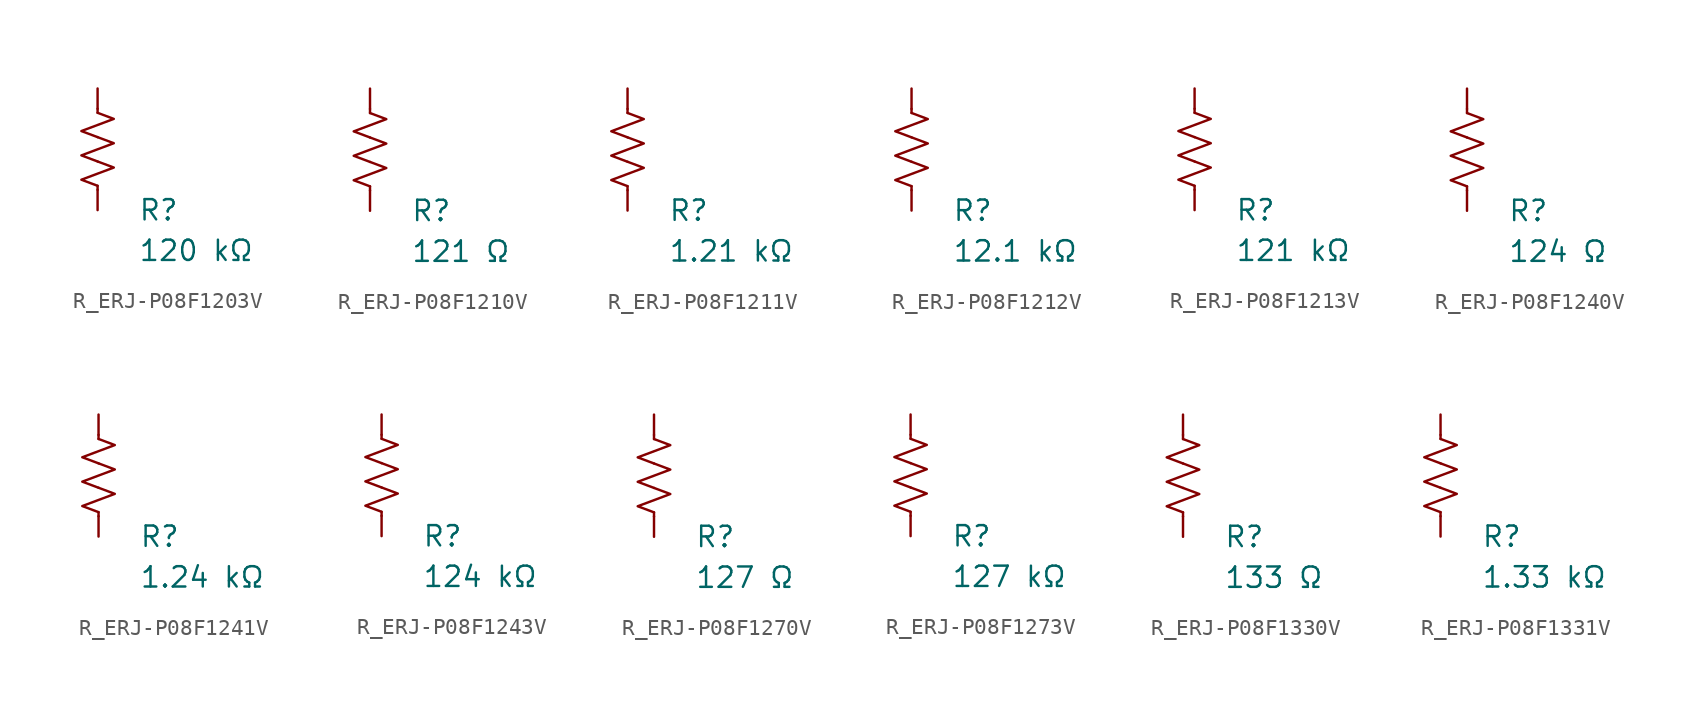
<source format=kicad_sym>
(kicad_symbol_lib
  (version 20231120)
  (generator "kicad_symbol_editor")
  (generator_version "8.0")
  (symbol "R_ERJ-P08F1203V"
    (pin_numbers hide)
    (pin_names
      (offset 0))
    (property "Reference" "R"
      (at 2.54 -3.81 0)
      (effects (font (size 1.27 1.27)) (justify left))
      (show_name no))
    (property "Value" "120 kΩ"
      (at 2.54 -6.35 0)
      (effects (font (size 1.27 1.27)) (justify left))
      (show_name no))
    (symbol "R_ERJ-P08F1203V_0_1"
      (polyline (pts (xy 0 -2.286) (xy 0 -2.54)) (stroke (width 0) (type default)) (fill (type none)))
      (polyline (pts (xy 0 2.286) (xy 0 2.54)) (stroke (width 0) (type default)) (fill (type none)))
      (polyline (pts (xy 0 -0.762) (xy 1.016 -1.143) (xy 0 -1.524) (xy -1.016 -1.905) (xy 0 -2.286)) (stroke (width 0) (type default)) (fill (type none)))
      (polyline (pts (xy 0 0.762) (xy 1.016 0.381) (xy 0 0) (xy -1.016 -0.381) (xy 0 -0.762)) (stroke (width 0) (type default)) (fill (type none)))
      (polyline (pts (xy 0 2.286) (xy 1.016 1.905) (xy 0 1.524) (xy -1.016 1.143) (xy 0 0.762)) (stroke (width 0) (type default)) (fill (type none))))
    (symbol "R_ERJ-P08F1203V_1_1"
      (pin passive line (at 0 3.81 270) (length 1.27) (name "~" (effects (font (size 1.27 1.27)))) (number "1" (effects (font (size 1.27 1.27)))))
      (pin passive line (at 0 -3.81 90) (length 1.27) (name "~" (effects (font (size 1.27 1.27)))) (number "2" (effects (font (size 1.27 1.27)))))))
  (symbol "R_ERJ-P08F1210V"
    (pin_numbers hide)
    (pin_names
      (offset 0))
    (property "Reference" "R"
      (at 2.54 -3.81 0)
      (effects (font (size 1.27 1.27)) (justify left))
      (show_name no))
    (property "Value" "121 Ω"
      (at 2.54 -6.35 0)
      (effects (font (size 1.27 1.27)) (justify left))
      (show_name no))
    (symbol "R_ERJ-P08F1210V_0_1"
      (polyline (pts (xy 0 -2.286) (xy 0 -2.54)) (stroke (width 0) (type default)) (fill (type none)))
      (polyline (pts (xy 0 2.286) (xy 0 2.54)) (stroke (width 0) (type default)) (fill (type none)))
      (polyline (pts (xy 0 -0.762) (xy 1.016 -1.143) (xy 0 -1.524) (xy -1.016 -1.905) (xy 0 -2.286)) (stroke (width 0) (type default)) (fill (type none)))
      (polyline (pts (xy 0 0.762) (xy 1.016 0.381) (xy 0 0) (xy -1.016 -0.381) (xy 0 -0.762)) (stroke (width 0) (type default)) (fill (type none)))
      (polyline (pts (xy 0 2.286) (xy 1.016 1.905) (xy 0 1.524) (xy -1.016 1.143) (xy 0 0.762)) (stroke (width 0) (type default)) (fill (type none))))
    (symbol "R_ERJ-P08F1210V_1_1"
      (pin passive line (at 0 3.81 270) (length 1.27) (name "~" (effects (font (size 1.27 1.27)))) (number "1" (effects (font (size 1.27 1.27)))))
      (pin passive line (at 0 -3.81 90) (length 1.27) (name "~" (effects (font (size 1.27 1.27)))) (number "2" (effects (font (size 1.27 1.27)))))))
  (symbol "R_ERJ-P08F1211V"
    (pin_numbers hide)
    (pin_names
      (offset 0))
    (property "Reference" "R"
      (at 2.54 -3.81 0)
      (effects (font (size 1.27 1.27)) (justify left))
      (show_name no))
    (property "Value" "1.21 kΩ"
      (at 2.54 -6.35 0)
      (effects (font (size 1.27 1.27)) (justify left))
      (show_name no))
    (symbol "R_ERJ-P08F1211V_0_1"
      (polyline (pts (xy 0 -2.286) (xy 0 -2.54)) (stroke (width 0) (type default)) (fill (type none)))
      (polyline (pts (xy 0 2.286) (xy 0 2.54)) (stroke (width 0) (type default)) (fill (type none)))
      (polyline (pts (xy 0 -0.762) (xy 1.016 -1.143) (xy 0 -1.524) (xy -1.016 -1.905) (xy 0 -2.286)) (stroke (width 0) (type default)) (fill (type none)))
      (polyline (pts (xy 0 0.762) (xy 1.016 0.381) (xy 0 0) (xy -1.016 -0.381) (xy 0 -0.762)) (stroke (width 0) (type default)) (fill (type none)))
      (polyline (pts (xy 0 2.286) (xy 1.016 1.905) (xy 0 1.524) (xy -1.016 1.143) (xy 0 0.762)) (stroke (width 0) (type default)) (fill (type none))))
    (symbol "R_ERJ-P08F1211V_1_1"
      (pin passive line (at 0 3.81 270) (length 1.27) (name "~" (effects (font (size 1.27 1.27)))) (number "1" (effects (font (size 1.27 1.27)))))
      (pin passive line (at 0 -3.81 90) (length 1.27) (name "~" (effects (font (size 1.27 1.27)))) (number "2" (effects (font (size 1.27 1.27)))))))
  (symbol "R_ERJ-P08F1212V"
    (pin_numbers hide)
    (pin_names
      (offset 0))
    (property "Reference" "R"
      (at 2.54 -3.81 0)
      (effects (font (size 1.27 1.27)) (justify left))
      (show_name no))
    (property "Value" "12.1 kΩ"
      (at 2.54 -6.35 0)
      (effects (font (size 1.27 1.27)) (justify left))
      (show_name no))
    (symbol "R_ERJ-P08F1212V_0_1"
      (polyline (pts (xy 0 -2.286) (xy 0 -2.54)) (stroke (width 0) (type default)) (fill (type none)))
      (polyline (pts (xy 0 2.286) (xy 0 2.54)) (stroke (width 0) (type default)) (fill (type none)))
      (polyline (pts (xy 0 -0.762) (xy 1.016 -1.143) (xy 0 -1.524) (xy -1.016 -1.905) (xy 0 -2.286)) (stroke (width 0) (type default)) (fill (type none)))
      (polyline (pts (xy 0 0.762) (xy 1.016 0.381) (xy 0 0) (xy -1.016 -0.381) (xy 0 -0.762)) (stroke (width 0) (type default)) (fill (type none)))
      (polyline (pts (xy 0 2.286) (xy 1.016 1.905) (xy 0 1.524) (xy -1.016 1.143) (xy 0 0.762)) (stroke (width 0) (type default)) (fill (type none))))
    (symbol "R_ERJ-P08F1212V_1_1"
      (pin passive line (at 0 3.81 270) (length 1.27) (name "~" (effects (font (size 1.27 1.27)))) (number "1" (effects (font (size 1.27 1.27)))))
      (pin passive line (at 0 -3.81 90) (length 1.27) (name "~" (effects (font (size 1.27 1.27)))) (number "2" (effects (font (size 1.27 1.27)))))))
  (symbol "R_ERJ-P08F1213V"
    (pin_numbers hide)
    (pin_names
      (offset 0))
    (property "Reference" "R"
      (at 2.54 -3.81 0)
      (effects (font (size 1.27 1.27)) (justify left))
      (show_name no))
    (property "Value" "121 kΩ"
      (at 2.54 -6.35 0)
      (effects (font (size 1.27 1.27)) (justify left))
      (show_name no))
    (symbol "R_ERJ-P08F1213V_0_1"
      (polyline (pts (xy 0 -2.286) (xy 0 -2.54)) (stroke (width 0) (type default)) (fill (type none)))
      (polyline (pts (xy 0 2.286) (xy 0 2.54)) (stroke (width 0) (type default)) (fill (type none)))
      (polyline (pts (xy 0 -0.762) (xy 1.016 -1.143) (xy 0 -1.524) (xy -1.016 -1.905) (xy 0 -2.286)) (stroke (width 0) (type default)) (fill (type none)))
      (polyline (pts (xy 0 0.762) (xy 1.016 0.381) (xy 0 0) (xy -1.016 -0.381) (xy 0 -0.762)) (stroke (width 0) (type default)) (fill (type none)))
      (polyline (pts (xy 0 2.286) (xy 1.016 1.905) (xy 0 1.524) (xy -1.016 1.143) (xy 0 0.762)) (stroke (width 0) (type default)) (fill (type none))))
    (symbol "R_ERJ-P08F1213V_1_1"
      (pin passive line (at 0 3.81 270) (length 1.27) (name "~" (effects (font (size 1.27 1.27)))) (number "1" (effects (font (size 1.27 1.27)))))
      (pin passive line (at 0 -3.81 90) (length 1.27) (name "~" (effects (font (size 1.27 1.27)))) (number "2" (effects (font (size 1.27 1.27)))))))
  (symbol "R_ERJ-P08F1240V"
    (pin_numbers hide)
    (pin_names
      (offset 0))
    (property "Reference" "R"
      (at 2.54 -3.81 0)
      (effects (font (size 1.27 1.27)) (justify left))
      (show_name no))
    (property "Value" "124 Ω"
      (at 2.54 -6.35 0)
      (effects (font (size 1.27 1.27)) (justify left))
      (show_name no))
    (symbol "R_ERJ-P08F1240V_0_1"
      (polyline (pts (xy 0 -2.286) (xy 0 -2.54)) (stroke (width 0) (type default)) (fill (type none)))
      (polyline (pts (xy 0 2.286) (xy 0 2.54)) (stroke (width 0) (type default)) (fill (type none)))
      (polyline (pts (xy 0 -0.762) (xy 1.016 -1.143) (xy 0 -1.524) (xy -1.016 -1.905) (xy 0 -2.286)) (stroke (width 0) (type default)) (fill (type none)))
      (polyline (pts (xy 0 0.762) (xy 1.016 0.381) (xy 0 0) (xy -1.016 -0.381) (xy 0 -0.762)) (stroke (width 0) (type default)) (fill (type none)))
      (polyline (pts (xy 0 2.286) (xy 1.016 1.905) (xy 0 1.524) (xy -1.016 1.143) (xy 0 0.762)) (stroke (width 0) (type default)) (fill (type none))))
    (symbol "R_ERJ-P08F1240V_1_1"
      (pin passive line (at 0 3.81 270) (length 1.27) (name "~" (effects (font (size 1.27 1.27)))) (number "1" (effects (font (size 1.27 1.27)))))
      (pin passive line (at 0 -3.81 90) (length 1.27) (name "~" (effects (font (size 1.27 1.27)))) (number "2" (effects (font (size 1.27 1.27)))))))
  (symbol "R_ERJ-P08F1241V"
    (pin_numbers hide)
    (pin_names
      (offset 0))
    (property "Reference" "R"
      (at 2.54 -3.81 0)
      (effects (font (size 1.27 1.27)) (justify left))
      (show_name no))
    (property "Value" "1.24 kΩ"
      (at 2.54 -6.35 0)
      (effects (font (size 1.27 1.27)) (justify left))
      (show_name no))
    (symbol "R_ERJ-P08F1241V_0_1"
      (polyline (pts (xy 0 -2.286) (xy 0 -2.54)) (stroke (width 0) (type default)) (fill (type none)))
      (polyline (pts (xy 0 2.286) (xy 0 2.54)) (stroke (width 0) (type default)) (fill (type none)))
      (polyline (pts (xy 0 -0.762) (xy 1.016 -1.143) (xy 0 -1.524) (xy -1.016 -1.905) (xy 0 -2.286)) (stroke (width 0) (type default)) (fill (type none)))
      (polyline (pts (xy 0 0.762) (xy 1.016 0.381) (xy 0 0) (xy -1.016 -0.381) (xy 0 -0.762)) (stroke (width 0) (type default)) (fill (type none)))
      (polyline (pts (xy 0 2.286) (xy 1.016 1.905) (xy 0 1.524) (xy -1.016 1.143) (xy 0 0.762)) (stroke (width 0) (type default)) (fill (type none))))
    (symbol "R_ERJ-P08F1241V_1_1"
      (pin passive line (at 0 3.81 270) (length 1.27) (name "~" (effects (font (size 1.27 1.27)))) (number "1" (effects (font (size 1.27 1.27)))))
      (pin passive line (at 0 -3.81 90) (length 1.27) (name "~" (effects (font (size 1.27 1.27)))) (number "2" (effects (font (size 1.27 1.27)))))))
  (symbol "R_ERJ-P08F1243V"
    (pin_numbers hide)
    (pin_names
      (offset 0))
    (property "Reference" "R"
      (at 2.54 -3.81 0)
      (effects (font (size 1.27 1.27)) (justify left))
      (show_name no))
    (property "Value" "124 kΩ"
      (at 2.54 -6.35 0)
      (effects (font (size 1.27 1.27)) (justify left))
      (show_name no))
    (symbol "R_ERJ-P08F1243V_0_1"
      (polyline (pts (xy 0 -2.286) (xy 0 -2.54)) (stroke (width 0) (type default)) (fill (type none)))
      (polyline (pts (xy 0 2.286) (xy 0 2.54)) (stroke (width 0) (type default)) (fill (type none)))
      (polyline (pts (xy 0 -0.762) (xy 1.016 -1.143) (xy 0 -1.524) (xy -1.016 -1.905) (xy 0 -2.286)) (stroke (width 0) (type default)) (fill (type none)))
      (polyline (pts (xy 0 0.762) (xy 1.016 0.381) (xy 0 0) (xy -1.016 -0.381) (xy 0 -0.762)) (stroke (width 0) (type default)) (fill (type none)))
      (polyline (pts (xy 0 2.286) (xy 1.016 1.905) (xy 0 1.524) (xy -1.016 1.143) (xy 0 0.762)) (stroke (width 0) (type default)) (fill (type none))))
    (symbol "R_ERJ-P08F1243V_1_1"
      (pin passive line (at 0 3.81 270) (length 1.27) (name "~" (effects (font (size 1.27 1.27)))) (number "1" (effects (font (size 1.27 1.27)))))
      (pin passive line (at 0 -3.81 90) (length 1.27) (name "~" (effects (font (size 1.27 1.27)))) (number "2" (effects (font (size 1.27 1.27)))))))
  (symbol "R_ERJ-P08F1270V"
    (pin_numbers hide)
    (pin_names
      (offset 0))
    (property "Reference" "R"
      (at 2.54 -3.81 0)
      (effects (font (size 1.27 1.27)) (justify left))
      (show_name no))
    (property "Value" "127 Ω"
      (at 2.54 -6.35 0)
      (effects (font (size 1.27 1.27)) (justify left))
      (show_name no))
    (symbol "R_ERJ-P08F1270V_0_1"
      (polyline (pts (xy 0 -2.286) (xy 0 -2.54)) (stroke (width 0) (type default)) (fill (type none)))
      (polyline (pts (xy 0 2.286) (xy 0 2.54)) (stroke (width 0) (type default)) (fill (type none)))
      (polyline (pts (xy 0 -0.762) (xy 1.016 -1.143) (xy 0 -1.524) (xy -1.016 -1.905) (xy 0 -2.286)) (stroke (width 0) (type default)) (fill (type none)))
      (polyline (pts (xy 0 0.762) (xy 1.016 0.381) (xy 0 0) (xy -1.016 -0.381) (xy 0 -0.762)) (stroke (width 0) (type default)) (fill (type none)))
      (polyline (pts (xy 0 2.286) (xy 1.016 1.905) (xy 0 1.524) (xy -1.016 1.143) (xy 0 0.762)) (stroke (width 0) (type default)) (fill (type none))))
    (symbol "R_ERJ-P08F1270V_1_1"
      (pin passive line (at 0 3.81 270) (length 1.27) (name "~" (effects (font (size 1.27 1.27)))) (number "1" (effects (font (size 1.27 1.27)))))
      (pin passive line (at 0 -3.81 90) (length 1.27) (name "~" (effects (font (size 1.27 1.27)))) (number "2" (effects (font (size 1.27 1.27)))))))
  (symbol "R_ERJ-P08F1273V"
    (pin_numbers hide)
    (pin_names
      (offset 0))
    (property "Reference" "R"
      (at 2.54 -3.81 0)
      (effects (font (size 1.27 1.27)) (justify left))
      (show_name no))
    (property "Value" "127 kΩ"
      (at 2.54 -6.35 0)
      (effects (font (size 1.27 1.27)) (justify left))
      (show_name no))
    (symbol "R_ERJ-P08F1273V_0_1"
      (polyline (pts (xy 0 -2.286) (xy 0 -2.54)) (stroke (width 0) (type default)) (fill (type none)))
      (polyline (pts (xy 0 2.286) (xy 0 2.54)) (stroke (width 0) (type default)) (fill (type none)))
      (polyline (pts (xy 0 -0.762) (xy 1.016 -1.143) (xy 0 -1.524) (xy -1.016 -1.905) (xy 0 -2.286)) (stroke (width 0) (type default)) (fill (type none)))
      (polyline (pts (xy 0 0.762) (xy 1.016 0.381) (xy 0 0) (xy -1.016 -0.381) (xy 0 -0.762)) (stroke (width 0) (type default)) (fill (type none)))
      (polyline (pts (xy 0 2.286) (xy 1.016 1.905) (xy 0 1.524) (xy -1.016 1.143) (xy 0 0.762)) (stroke (width 0) (type default)) (fill (type none))))
    (symbol "R_ERJ-P08F1273V_1_1"
      (pin passive line (at 0 3.81 270) (length 1.27) (name "~" (effects (font (size 1.27 1.27)))) (number "1" (effects (font (size 1.27 1.27)))))
      (pin passive line (at 0 -3.81 90) (length 1.27) (name "~" (effects (font (size 1.27 1.27)))) (number "2" (effects (font (size 1.27 1.27)))))))
  (symbol "R_ERJ-P08F1330V"
    (pin_numbers hide)
    (pin_names
      (offset 0))
    (property "Reference" "R"
      (at 2.54 -3.81 0)
      (effects (font (size 1.27 1.27)) (justify left))
      (show_name no))
    (property "Value" "133 Ω"
      (at 2.54 -6.35 0)
      (effects (font (size 1.27 1.27)) (justify left))
      (show_name no))
    (symbol "R_ERJ-P08F1330V_0_1"
      (polyline (pts (xy 0 -2.286) (xy 0 -2.54)) (stroke (width 0) (type default)) (fill (type none)))
      (polyline (pts (xy 0 2.286) (xy 0 2.54)) (stroke (width 0) (type default)) (fill (type none)))
      (polyline (pts (xy 0 -0.762) (xy 1.016 -1.143) (xy 0 -1.524) (xy -1.016 -1.905) (xy 0 -2.286)) (stroke (width 0) (type default)) (fill (type none)))
      (polyline (pts (xy 0 0.762) (xy 1.016 0.381) (xy 0 0) (xy -1.016 -0.381) (xy 0 -0.762)) (stroke (width 0) (type default)) (fill (type none)))
      (polyline (pts (xy 0 2.286) (xy 1.016 1.905) (xy 0 1.524) (xy -1.016 1.143) (xy 0 0.762)) (stroke (width 0) (type default)) (fill (type none))))
    (symbol "R_ERJ-P08F1330V_1_1"
      (pin passive line (at 0 3.81 270) (length 1.27) (name "~" (effects (font (size 1.27 1.27)))) (number "1" (effects (font (size 1.27 1.27)))))
      (pin passive line (at 0 -3.81 90) (length 1.27) (name "~" (effects (font (size 1.27 1.27)))) (number "2" (effects (font (size 1.27 1.27)))))))
  (symbol "R_ERJ-P08F1331V"
    (pin_numbers hide)
    (pin_names
      (offset 0))
    (property "Reference" "R"
      (at 2.54 -3.81 0)
      (effects (font (size 1.27 1.27)) (justify left))
      (show_name no))
    (property "Value" "1.33 kΩ"
      (at 2.54 -6.35 0)
      (effects (font (size 1.27 1.27)) (justify left))
      (show_name no))
    (symbol "R_ERJ-P08F1331V_0_1"
      (polyline (pts (xy 0 -2.286) (xy 0 -2.54)) (stroke (width 0) (type default)) (fill (type none)))
      (polyline (pts (xy 0 2.286) (xy 0 2.54)) (stroke (width 0) (type default)) (fill (type none)))
      (polyline (pts (xy 0 -0.762) (xy 1.016 -1.143) (xy 0 -1.524) (xy -1.016 -1.905) (xy 0 -2.286)) (stroke (width 0) (type default)) (fill (type none)))
      (polyline (pts (xy 0 0.762) (xy 1.016 0.381) (xy 0 0) (xy -1.016 -0.381) (xy 0 -0.762)) (stroke (width 0) (type default)) (fill (type none)))
      (polyline (pts (xy 0 2.286) (xy 1.016 1.905) (xy 0 1.524) (xy -1.016 1.143) (xy 0 0.762)) (stroke (width 0) (type default)) (fill (type none))))
    (symbol "R_ERJ-P08F1331V_1_1"
      (pin passive line (at 0 3.81 270) (length 1.27) (name "~" (effects (font (size 1.27 1.27)))) (number "1" (effects (font (size 1.27 1.27)))))
      (pin passive line (at 0 -3.81 90) (length 1.27) (name "~" (effects (font (size 1.27 1.27)))) (number "2" (effects (font (size 1.27 1.27))))))))
</source>
